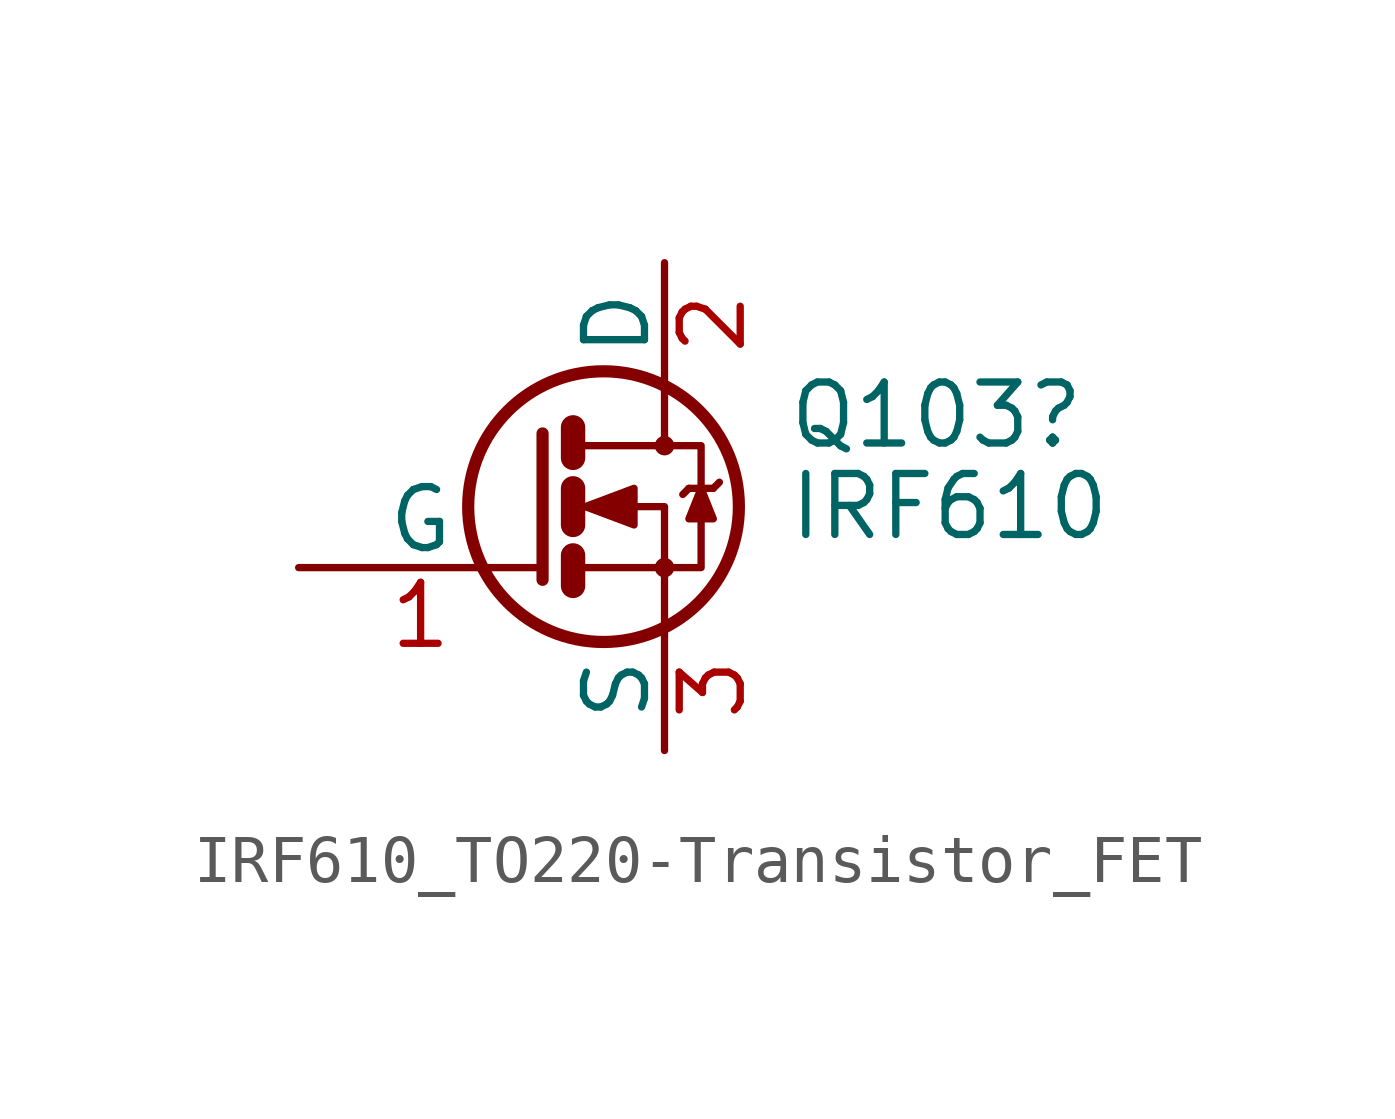
<source format=kicad_sym>
(kicad_symbol_lib
  (version 20241209)
  (generator "kicad_symbol_editor")
  (generator_version "9.0")
  (symbol "IRF610_TO220-Transistor_FET"
    (pin_names
      (offset 0))
    (property "Reference" "Q103"
      (at 5.08 1.905 0)
      (effects (font (size 1.27 1.27)) (justify left)))
    (property "Value" "IRF610"
      (at 5.08 0 0)
      (effects (font (size 1.27 1.27)) (justify left)))
    (symbol "IRF610_TO220-Transistor_FET_0_1"
      (polyline (pts (xy 0 1.524) (xy 0 -1.524) (xy 0 -1.524)) (stroke (width 0.254) (type default)) (fill (type none)))
      (polyline (pts (xy 0.635 1.651) (xy 0.635 1.016)) (stroke (width 0.508) (type default)) (fill (type none)))
      (polyline (pts (xy 0.635 0.381) (xy 0.635 -0.381)) (stroke (width 0.508) (type default)) (fill (type none)))
      (polyline (pts (xy 0.635 -1.016) (xy 0.635 -1.651)) (stroke (width 0.508) (type default)) (fill (type none)))
      (polyline (pts (xy 0.762 1.27) (xy 2.54 1.27) (xy 2.54 2.54) (xy 2.54 2.54)) (stroke (width 0) (type default)) (fill (type none)))
      (polyline (pts (xy 0.762 0) (xy 1.27 0) (xy 2.54 0) (xy 2.54 -1.27) (xy 2.54 -1.27)) (stroke (width 0) (type default)) (fill (type none)))
      (polyline (pts (xy 0.762 -1.27) (xy 2.54 -1.27) (xy 2.54 -2.54) (xy 2.54 -2.54)) (stroke (width 0) (type default)) (fill (type none)))
      (polyline (pts (xy 0.889 0) (xy 1.905 0.381) (xy 1.905 -0.381) (xy 0.889 0) (xy 1.016 0) (xy 1.016 0)) (stroke (width 0) (type default)) (fill (type outline)))
      (circle (center 1.27 0) (radius 2.819) (stroke (width 0.254) (type default)) (fill (type none)))
      (polyline (pts (xy 2.54 1.27) (xy 3.302 1.27) (xy 3.302 -1.27) (xy 2.54 -1.27)) (stroke (width 0) (type default)) (fill (type none)))
      (circle (center 2.54 1.27) (radius 0.127) (stroke (width 0) (type default)) (fill (type none)))
      (circle (center 2.54 -1.27) (radius 0.127) (stroke (width 0) (type default)) (fill (type none)))
      (polyline (pts (xy 3.048 0.381) (xy 2.921 0.254)) (stroke (width 0) (type default)) (fill (type none)))
      (polyline (pts (xy 3.048 0.381) (xy 3.556 0.381)) (stroke (width 0) (type default)) (fill (type none)))
      (polyline (pts (xy 3.302 0.381) (xy 3.048 -0.254) (xy 3.556 -0.254) (xy 3.302 0.381)) (stroke (width 0) (type default)) (fill (type outline)))
      (polyline (pts (xy 3.556 0.381) (xy 3.683 0.508)) (stroke (width 0) (type default)) (fill (type none))))
    (symbol "IRF610_TO220-Transistor_FET_1_1"
      (pin input line (at -5.08 -1.27 0) (length 5.08) (name "G" (effects (font (size 1.27 1.27)))) (number "1" (effects (font (size 1.27 1.27)))))
      (pin passive line (at 2.54 5.08 270) (length 2.54) (name "D" (effects (font (size 1.27 1.27)))) (number "2" (effects (font (size 1.27 1.27)))))
      (pin passive line (at 2.54 -5.08 90) (length 2.54) (name "S" (effects (font (size 1.27 1.27)))) (number "3" (effects (font (size 1.27 1.27))))))))
</source>
